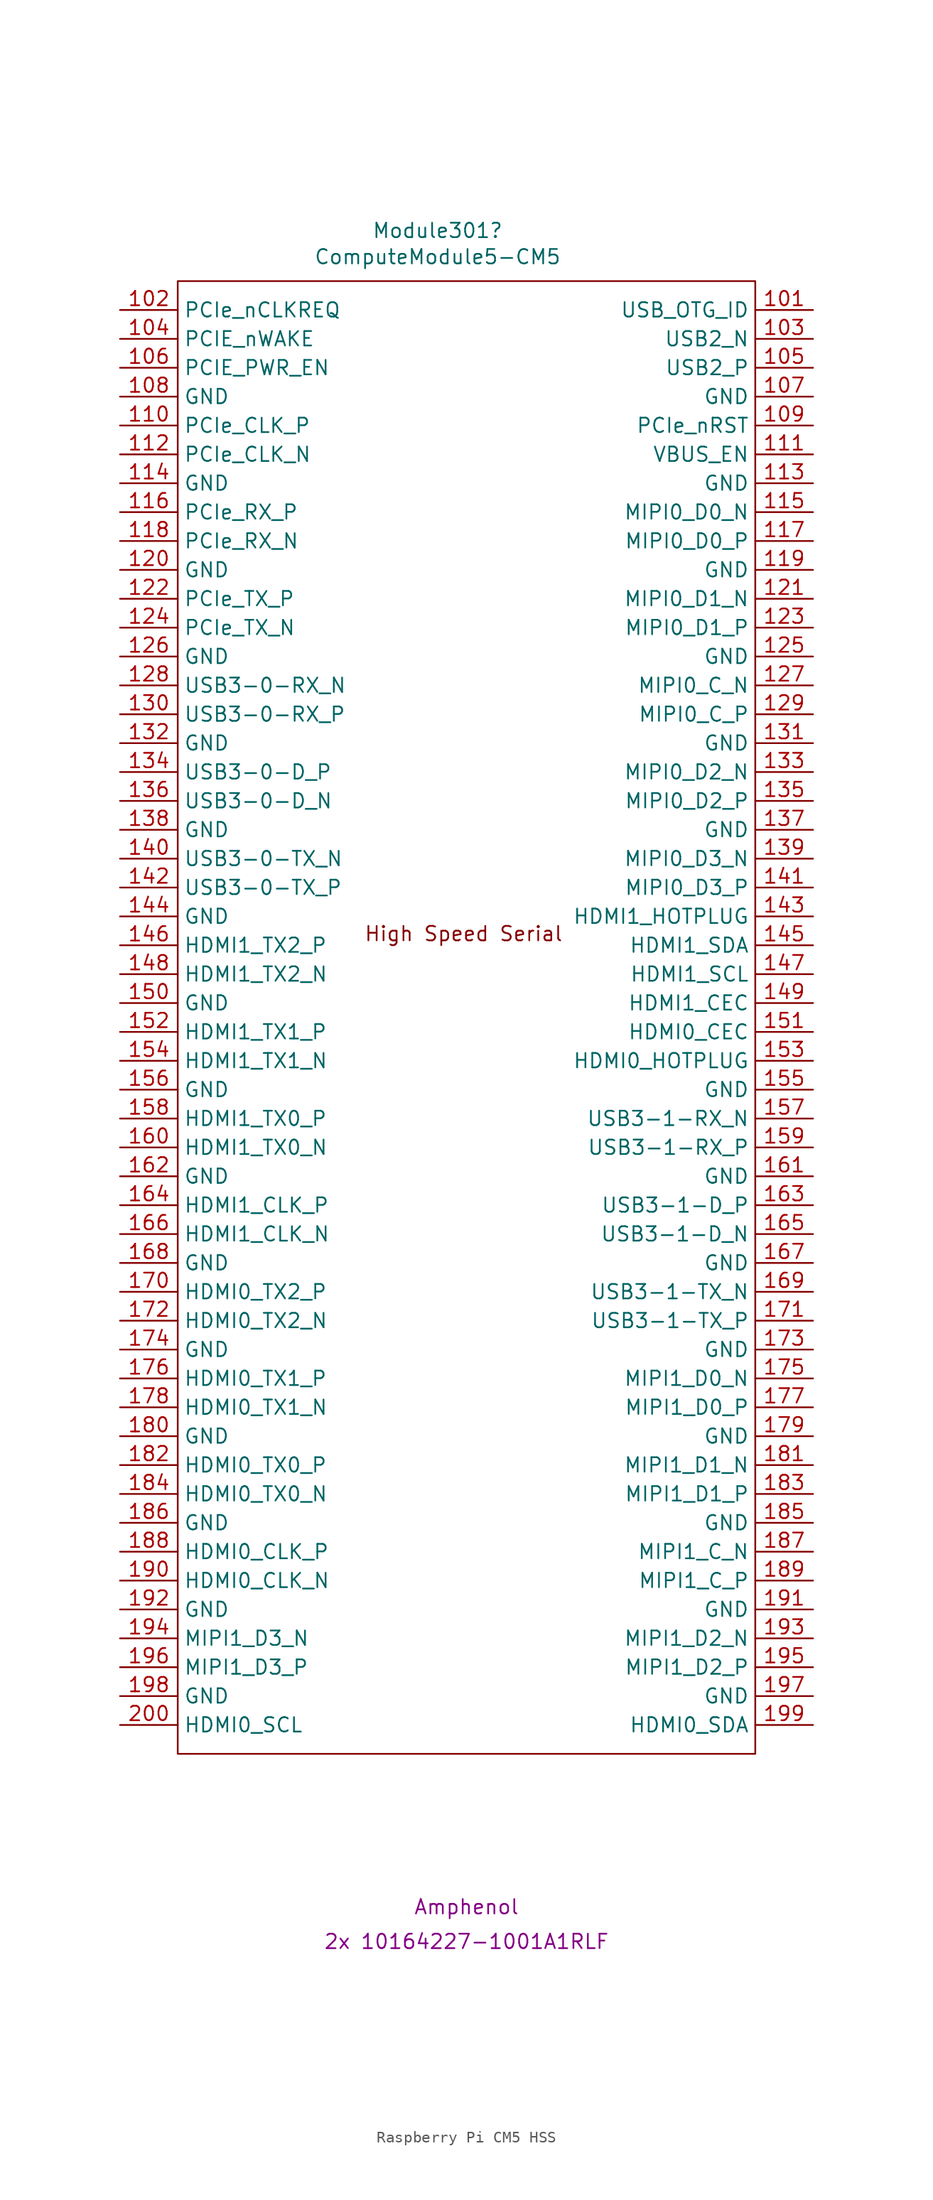
<source format=kicad_sym>
(kicad_symbol_lib
  (version 20231120)
  (generator "kicad_symbol_editor")
  (generator_version "8.0")
  (symbol "Raspberry Pi CM5 HSS"
    (property "Reference" "Module301"
      (at -2.54 61.595 0)
      (effects (font (size 1.27 1.27))))
    (property "Value" "ComputeModule5-CM5"
      (at -2.54 59.284 0)
      (effects (font (size 1.27 1.27))))
    (property "Field4" "Amphenol"
      (at 0 -85.852 0)
      (effects (font (size 1.27 1.27))))
    (property "Field5" "2x 10164227-1001A1RLF"
      (at 0 -88.9 0)
      (effects (font (size 1.27 1.27))))
    (symbol "Raspberry Pi CM5 HSS_1_1"
      (rectangle (start -25.4 -72.39) (end 25.4 57.15) (stroke (width 0) (type default)) (fill (type none)))
      (text "High Speed Serial" (at -0.254 -0.254 0) (effects (font (size 1.27 1.27))))
      (pin input line (at 30.48 54.61 180) (length 5.08) (name "USB_OTG_ID" (effects (font (size 1.27 1.27)))) (number "101" (effects (font (size 1.27 1.27)))))
      (pin input line (at -30.48 54.61 0) (length 5.08) (name "PCIe_nCLKREQ" (effects (font (size 1.27 1.27)))) (number "102" (effects (font (size 1.27 1.27)))))
      (pin passive line (at 30.48 52.07 180) (length 5.08) (name "USB2_N" (effects (font (size 1.27 1.27)))) (number "103" (effects (font (size 1.27 1.27)))))
      (pin input line (at -30.48 52.07 0) (length 5.08) (name "PCIE_nWAKE" (effects (font (size 1.27 1.27)))) (number "104" (effects (font (size 1.27 1.27)))))
      (pin passive line (at 30.48 49.53 180) (length 5.08) (name "USB2_P" (effects (font (size 1.27 1.27)))) (number "105" (effects (font (size 1.27 1.27)))))
      (pin output line (at -30.48 49.53 0) (length 5.08) (name "PCIE_PWR_EN" (effects (font (size 1.27 1.27)))) (number "106" (effects (font (size 1.27 1.27)))))
      (pin power_in line (at 30.48 46.99 180) (length 5.08) (name "GND" (effects (font (size 1.27 1.27)))) (number "107" (effects (font (size 1.27 1.27)))))
      (pin power_in line (at -30.48 46.99 0) (length 5.08) (name "GND" (effects (font (size 1.27 1.27)))) (number "108" (effects (font (size 1.27 1.27)))))
      (pin output line (at 30.48 44.45 180) (length 5.08) (name "PCIe_nRST" (effects (font (size 1.27 1.27)))) (number "109" (effects (font (size 1.27 1.27)))))
      (pin output line (at -30.48 44.45 0) (length 5.08) (name "PCIe_CLK_P" (effects (font (size 1.27 1.27)))) (number "110" (effects (font (size 1.27 1.27)))))
      (pin output line (at 30.48 41.91 180) (length 5.08) (name "VBUS_EN" (effects (font (size 1.27 1.27)))) (number "111" (effects (font (size 1.27 1.27)))))
      (pin output line (at -30.48 41.91 0) (length 5.08) (name "PCIe_CLK_N" (effects (font (size 1.27 1.27)))) (number "112" (effects (font (size 1.27 1.27)))))
      (pin power_in line (at 30.48 39.37 180) (length 5.08) (name "GND" (effects (font (size 1.27 1.27)))) (number "113" (effects (font (size 1.27 1.27)))))
      (pin power_in line (at -30.48 39.37 0) (length 5.08) (name "GND" (effects (font (size 1.27 1.27)))) (number "114" (effects (font (size 1.27 1.27)))))
      (pin input line (at 30.48 36.83 180) (length 5.08) (name "MIPI0_D0_N" (effects (font (size 1.27 1.27)))) (number "115" (effects (font (size 1.27 1.27)))))
      (pin input line (at -30.48 36.83 0) (length 5.08) (name "PCIe_RX_P" (effects (font (size 1.27 1.27)))) (number "116" (effects (font (size 1.27 1.27)))))
      (pin input line (at 30.48 34.29 180) (length 5.08) (name "MIPI0_D0_P" (effects (font (size 1.27 1.27)))) (number "117" (effects (font (size 1.27 1.27)))))
      (pin input line (at -30.48 34.29 0) (length 5.08) (name "PCIe_RX_N" (effects (font (size 1.27 1.27)))) (number "118" (effects (font (size 1.27 1.27)))))
      (pin power_in line (at 30.48 31.75 180) (length 5.08) (name "GND" (effects (font (size 1.27 1.27)))) (number "119" (effects (font (size 1.27 1.27)))))
      (pin power_in line (at -30.48 31.75 0) (length 5.08) (name "GND" (effects (font (size 1.27 1.27)))) (number "120" (effects (font (size 1.27 1.27)))))
      (pin input line (at 30.48 29.21 180) (length 5.08) (name "MIPI0_D1_N" (effects (font (size 1.27 1.27)))) (number "121" (effects (font (size 1.27 1.27)))))
      (pin output line (at -30.48 29.21 0) (length 5.08) (name "PCIe_TX_P" (effects (font (size 1.27 1.27)))) (number "122" (effects (font (size 1.27 1.27)))))
      (pin input line (at 30.48 26.67 180) (length 5.08) (name "MIPI0_D1_P" (effects (font (size 1.27 1.27)))) (number "123" (effects (font (size 1.27 1.27)))))
      (pin output line (at -30.48 26.67 0) (length 5.08) (name "PCIe_TX_N" (effects (font (size 1.27 1.27)))) (number "124" (effects (font (size 1.27 1.27)))))
      (pin power_in line (at 30.48 24.13 180) (length 5.08) (name "GND" (effects (font (size 1.27 1.27)))) (number "125" (effects (font (size 1.27 1.27)))))
      (pin power_in line (at -30.48 24.13 0) (length 5.08) (name "GND" (effects (font (size 1.27 1.27)))) (number "126" (effects (font (size 1.27 1.27)))))
      (pin input line (at 30.48 21.59 180) (length 5.08) (name "MIPI0_C_N" (effects (font (size 1.27 1.27)))) (number "127" (effects (font (size 1.27 1.27)))))
      (pin input line (at -30.48 21.59 0) (length 5.08) (name "USB3-0-RX_N" (effects (font (size 1.27 1.27)))) (number "128" (effects (font (size 1.27 1.27)))))
      (pin input line (at 30.48 19.05 180) (length 5.08) (name "MIPI0_C_P" (effects (font (size 1.27 1.27)))) (number "129" (effects (font (size 1.27 1.27)))))
      (pin input line (at -30.48 19.05 0) (length 5.08) (name "USB3-0-RX_P" (effects (font (size 1.27 1.27)))) (number "130" (effects (font (size 1.27 1.27)))))
      (pin power_in line (at 30.48 16.51 180) (length 5.08) (name "GND" (effects (font (size 1.27 1.27)))) (number "131" (effects (font (size 1.27 1.27)))))
      (pin power_in line (at -30.48 16.51 0) (length 5.08) (name "GND" (effects (font (size 1.27 1.27)))) (number "132" (effects (font (size 1.27 1.27)))))
      (pin input line (at 30.48 13.97 180) (length 5.08) (name "MIPI0_D2_N" (effects (font (size 1.27 1.27)))) (number "133" (effects (font (size 1.27 1.27)))))
      (pin passive line (at -30.48 13.97 0) (length 5.08) (name "USB3-0-D_P" (effects (font (size 1.27 1.27)))) (number "134" (effects (font (size 1.27 1.27)))))
      (pin input line (at 30.48 11.43 180) (length 5.08) (name "MIPI0_D2_P" (effects (font (size 1.27 1.27)))) (number "135" (effects (font (size 1.27 1.27)))))
      (pin passive line (at -30.48 11.43 0) (length 5.08) (name "USB3-0-D_N" (effects (font (size 1.27 1.27)))) (number "136" (effects (font (size 1.27 1.27)))))
      (pin power_in line (at 30.48 8.89 180) (length 5.08) (name "GND" (effects (font (size 1.27 1.27)))) (number "137" (effects (font (size 1.27 1.27)))))
      (pin power_in line (at -30.48 8.89 0) (length 5.08) (name "GND" (effects (font (size 1.27 1.27)))) (number "138" (effects (font (size 1.27 1.27)))))
      (pin input line (at 30.48 6.35 180) (length 5.08) (name "MIPI0_D3_N" (effects (font (size 1.27 1.27)))) (number "139" (effects (font (size 1.27 1.27)))))
      (pin output line (at -30.48 6.35 0) (length 5.08) (name "USB3-0-TX_N" (effects (font (size 1.27 1.27)))) (number "140" (effects (font (size 1.27 1.27)))))
      (pin input line (at 30.48 3.81 180) (length 5.08) (name "MIPI0_D3_P" (effects (font (size 1.27 1.27)))) (number "141" (effects (font (size 1.27 1.27)))))
      (pin output line (at -30.48 3.81 0) (length 5.08) (name "USB3-0-TX_P" (effects (font (size 1.27 1.27)))) (number "142" (effects (font (size 1.27 1.27)))))
      (pin input line (at 30.48 1.27 180) (length 5.08) (name "HDMI1_HOTPLUG" (effects (font (size 1.27 1.27)))) (number "143" (effects (font (size 1.27 1.27)))))
      (pin power_in line (at -30.48 1.27 0) (length 5.08) (name "GND" (effects (font (size 1.27 1.27)))) (number "144" (effects (font (size 1.27 1.27)))))
      (pin bidirectional line (at 30.48 -1.27 180) (length 5.08) (name "HDMI1_SDA" (effects (font (size 1.27 1.27)))) (number "145" (effects (font (size 1.27 1.27)))))
      (pin output line (at -30.48 -1.27 0) (length 5.08) (name "HDMI1_TX2_P" (effects (font (size 1.27 1.27)))) (number "146" (effects (font (size 1.27 1.27)))))
      (pin open_collector line (at 30.48 -3.81 180) (length 5.08) (name "HDMI1_SCL" (effects (font (size 1.27 1.27)))) (number "147" (effects (font (size 1.27 1.27)))))
      (pin output line (at -30.48 -3.81 0) (length 5.08) (name "HDMI1_TX2_N" (effects (font (size 1.27 1.27)))) (number "148" (effects (font (size 1.27 1.27)))))
      (pin open_collector line (at 30.48 -6.35 180) (length 5.08) (name "HDMI1_CEC" (effects (font (size 1.27 1.27)))) (number "149" (effects (font (size 1.27 1.27)))))
      (pin power_in line (at -30.48 -6.35 0) (length 5.08) (name "GND" (effects (font (size 1.27 1.27)))) (number "150" (effects (font (size 1.27 1.27)))))
      (pin open_collector line (at 30.48 -8.89 180) (length 5.08) (name "HDMI0_CEC" (effects (font (size 1.27 1.27)))) (number "151" (effects (font (size 1.27 1.27)))))
      (pin output line (at -30.48 -8.89 0) (length 5.08) (name "HDMI1_TX1_P" (effects (font (size 1.27 1.27)))) (number "152" (effects (font (size 1.27 1.27)))))
      (pin input line (at 30.48 -11.43 180) (length 5.08) (name "HDMI0_HOTPLUG" (effects (font (size 1.27 1.27)))) (number "153" (effects (font (size 1.27 1.27)))))
      (pin output line (at -30.48 -11.43 0) (length 5.08) (name "HDMI1_TX1_N" (effects (font (size 1.27 1.27)))) (number "154" (effects (font (size 1.27 1.27)))))
      (pin power_in line (at 30.48 -13.97 180) (length 5.08) (name "GND" (effects (font (size 1.27 1.27)))) (number "155" (effects (font (size 1.27 1.27)))))
      (pin power_in line (at -30.48 -13.97 0) (length 5.08) (name "GND" (effects (font (size 1.27 1.27)))) (number "156" (effects (font (size 1.27 1.27)))))
      (pin input line (at 30.48 -16.51 180) (length 5.08) (name "USB3-1-RX_N" (effects (font (size 1.27 1.27)))) (number "157" (effects (font (size 1.27 1.27)))))
      (pin output line (at -30.48 -16.51 0) (length 5.08) (name "HDMI1_TX0_P" (effects (font (size 1.27 1.27)))) (number "158" (effects (font (size 1.27 1.27)))))
      (pin input line (at 30.48 -19.05 180) (length 5.08) (name "USB3-1-RX_P" (effects (font (size 1.27 1.27)))) (number "159" (effects (font (size 1.27 1.27)))))
      (pin output line (at -30.48 -19.05 0) (length 5.08) (name "HDMI1_TX0_N" (effects (font (size 1.27 1.27)))) (number "160" (effects (font (size 1.27 1.27)))))
      (pin power_in line (at 30.48 -21.59 180) (length 5.08) (name "GND" (effects (font (size 1.27 1.27)))) (number "161" (effects (font (size 1.27 1.27)))))
      (pin power_in line (at -30.48 -21.59 0) (length 5.08) (name "GND" (effects (font (size 1.27 1.27)))) (number "162" (effects (font (size 1.27 1.27)))))
      (pin passive line (at 30.48 -24.13 180) (length 5.08) (name "USB3-1-D_P" (effects (font (size 1.27 1.27)))) (number "163" (effects (font (size 1.27 1.27)))))
      (pin output line (at -30.48 -24.13 0) (length 5.08) (name "HDMI1_CLK_P" (effects (font (size 1.27 1.27)))) (number "164" (effects (font (size 1.27 1.27)))))
      (pin passive line (at 30.48 -26.67 180) (length 5.08) (name "USB3-1-D_N" (effects (font (size 1.27 1.27)))) (number "165" (effects (font (size 1.27 1.27)))))
      (pin output line (at -30.48 -26.67 0) (length 5.08) (name "HDMI1_CLK_N" (effects (font (size 1.27 1.27)))) (number "166" (effects (font (size 1.27 1.27)))))
      (pin power_in line (at 30.48 -29.21 180) (length 5.08) (name "GND" (effects (font (size 1.27 1.27)))) (number "167" (effects (font (size 1.27 1.27)))))
      (pin power_in line (at -30.48 -29.21 0) (length 5.08) (name "GND" (effects (font (size 1.27 1.27)))) (number "168" (effects (font (size 1.27 1.27)))))
      (pin output line (at 30.48 -31.75 180) (length 5.08) (name "USB3-1-TX_N" (effects (font (size 1.27 1.27)))) (number "169" (effects (font (size 1.27 1.27)))))
      (pin output line (at -30.48 -31.75 0) (length 5.08) (name "HDMI0_TX2_P" (effects (font (size 1.27 1.27)))) (number "170" (effects (font (size 1.27 1.27)))))
      (pin output line (at 30.48 -34.29 180) (length 5.08) (name "USB3-1-TX_P" (effects (font (size 1.27 1.27)))) (number "171" (effects (font (size 1.27 1.27)))))
      (pin output line (at -30.48 -34.29 0) (length 5.08) (name "HDMI0_TX2_N" (effects (font (size 1.27 1.27)))) (number "172" (effects (font (size 1.27 1.27)))))
      (pin power_in line (at 30.48 -36.83 180) (length 5.08) (name "GND" (effects (font (size 1.27 1.27)))) (number "173" (effects (font (size 1.27 1.27)))))
      (pin power_in line (at -30.48 -36.83 0) (length 5.08) (name "GND" (effects (font (size 1.27 1.27)))) (number "174" (effects (font (size 1.27 1.27)))))
      (pin output line (at 30.48 -39.37 180) (length 5.08) (name "MIPI1_D0_N" (effects (font (size 1.27 1.27)))) (number "175" (effects (font (size 1.27 1.27)))))
      (pin output line (at -30.48 -39.37 0) (length 5.08) (name "HDMI0_TX1_P" (effects (font (size 1.27 1.27)))) (number "176" (effects (font (size 1.27 1.27)))))
      (pin output line (at 30.48 -41.91 180) (length 5.08) (name "MIPI1_D0_P" (effects (font (size 1.27 1.27)))) (number "177" (effects (font (size 1.27 1.27)))))
      (pin output line (at -30.48 -41.91 0) (length 5.08) (name "HDMI0_TX1_N" (effects (font (size 1.27 1.27)))) (number "178" (effects (font (size 1.27 1.27)))))
      (pin power_in line (at 30.48 -44.45 180) (length 5.08) (name "GND" (effects (font (size 1.27 1.27)))) (number "179" (effects (font (size 1.27 1.27)))))
      (pin power_in line (at -30.48 -44.45 0) (length 5.08) (name "GND" (effects (font (size 1.27 1.27)))) (number "180" (effects (font (size 1.27 1.27)))))
      (pin output line (at 30.48 -46.99 180) (length 5.08) (name "MIPI1_D1_N" (effects (font (size 1.27 1.27)))) (number "181" (effects (font (size 1.27 1.27)))))
      (pin output line (at -30.48 -46.99 0) (length 5.08) (name "HDMI0_TX0_P" (effects (font (size 1.27 1.27)))) (number "182" (effects (font (size 1.27 1.27)))))
      (pin output line (at 30.48 -49.53 180) (length 5.08) (name "MIPI1_D1_P" (effects (font (size 1.27 1.27)))) (number "183" (effects (font (size 1.27 1.27)))))
      (pin output line (at -30.48 -49.53 0) (length 5.08) (name "HDMI0_TX0_N" (effects (font (size 1.27 1.27)))) (number "184" (effects (font (size 1.27 1.27)))))
      (pin power_in line (at 30.48 -52.07 180) (length 5.08) (name "GND" (effects (font (size 1.27 1.27)))) (number "185" (effects (font (size 1.27 1.27)))))
      (pin power_in line (at -30.48 -52.07 0) (length 5.08) (name "GND" (effects (font (size 1.27 1.27)))) (number "186" (effects (font (size 1.27 1.27)))))
      (pin output line (at 30.48 -54.61 180) (length 5.08) (name "MIPI1_C_N" (effects (font (size 1.27 1.27)))) (number "187" (effects (font (size 1.27 1.27)))))
      (pin output line (at -30.48 -54.61 0) (length 5.08) (name "HDMI0_CLK_P" (effects (font (size 1.27 1.27)))) (number "188" (effects (font (size 1.27 1.27)))))
      (pin output line (at 30.48 -57.15 180) (length 5.08) (name "MIPI1_C_P" (effects (font (size 1.27 1.27)))) (number "189" (effects (font (size 1.27 1.27)))))
      (pin output line (at -30.48 -57.15 0) (length 5.08) (name "HDMI0_CLK_N" (effects (font (size 1.27 1.27)))) (number "190" (effects (font (size 1.27 1.27)))))
      (pin power_in line (at 30.48 -59.69 180) (length 5.08) (name "GND" (effects (font (size 1.27 1.27)))) (number "191" (effects (font (size 1.27 1.27)))))
      (pin power_in line (at -30.48 -59.69 0) (length 5.08) (name "GND" (effects (font (size 1.27 1.27)))) (number "192" (effects (font (size 1.27 1.27)))))
      (pin output line (at 30.48 -62.23 180) (length 5.08) (name "MIPI1_D2_N" (effects (font (size 1.27 1.27)))) (number "193" (effects (font (size 1.27 1.27)))))
      (pin output line (at -30.48 -62.23 0) (length 5.08) (name "MIPI1_D3_N" (effects (font (size 1.27 1.27)))) (number "194" (effects (font (size 1.27 1.27)))))
      (pin output line (at 30.48 -64.77 180) (length 5.08) (name "MIPI1_D2_P" (effects (font (size 1.27 1.27)))) (number "195" (effects (font (size 1.27 1.27)))))
      (pin output line (at -30.48 -64.77 0) (length 5.08) (name "MIPI1_D3_P" (effects (font (size 1.27 1.27)))) (number "196" (effects (font (size 1.27 1.27)))))
      (pin power_in line (at 30.48 -67.31 180) (length 5.08) (name "GND" (effects (font (size 1.27 1.27)))) (number "197" (effects (font (size 1.27 1.27)))))
      (pin power_in line (at -30.48 -67.31 0) (length 5.08) (name "GND" (effects (font (size 1.27 1.27)))) (number "198" (effects (font (size 1.27 1.27)))))
      (pin bidirectional line (at 30.48 -69.85 180) (length 5.08) (name "HDMI0_SDA" (effects (font (size 1.27 1.27)))) (number "199" (effects (font (size 1.27 1.27)))))
      (pin open_collector line (at -30.48 -69.85 0) (length 5.08) (name "HDMI0_SCL" (effects (font (size 1.27 1.27)))) (number "200" (effects (font (size 1.27 1.27))))))))
</source>
